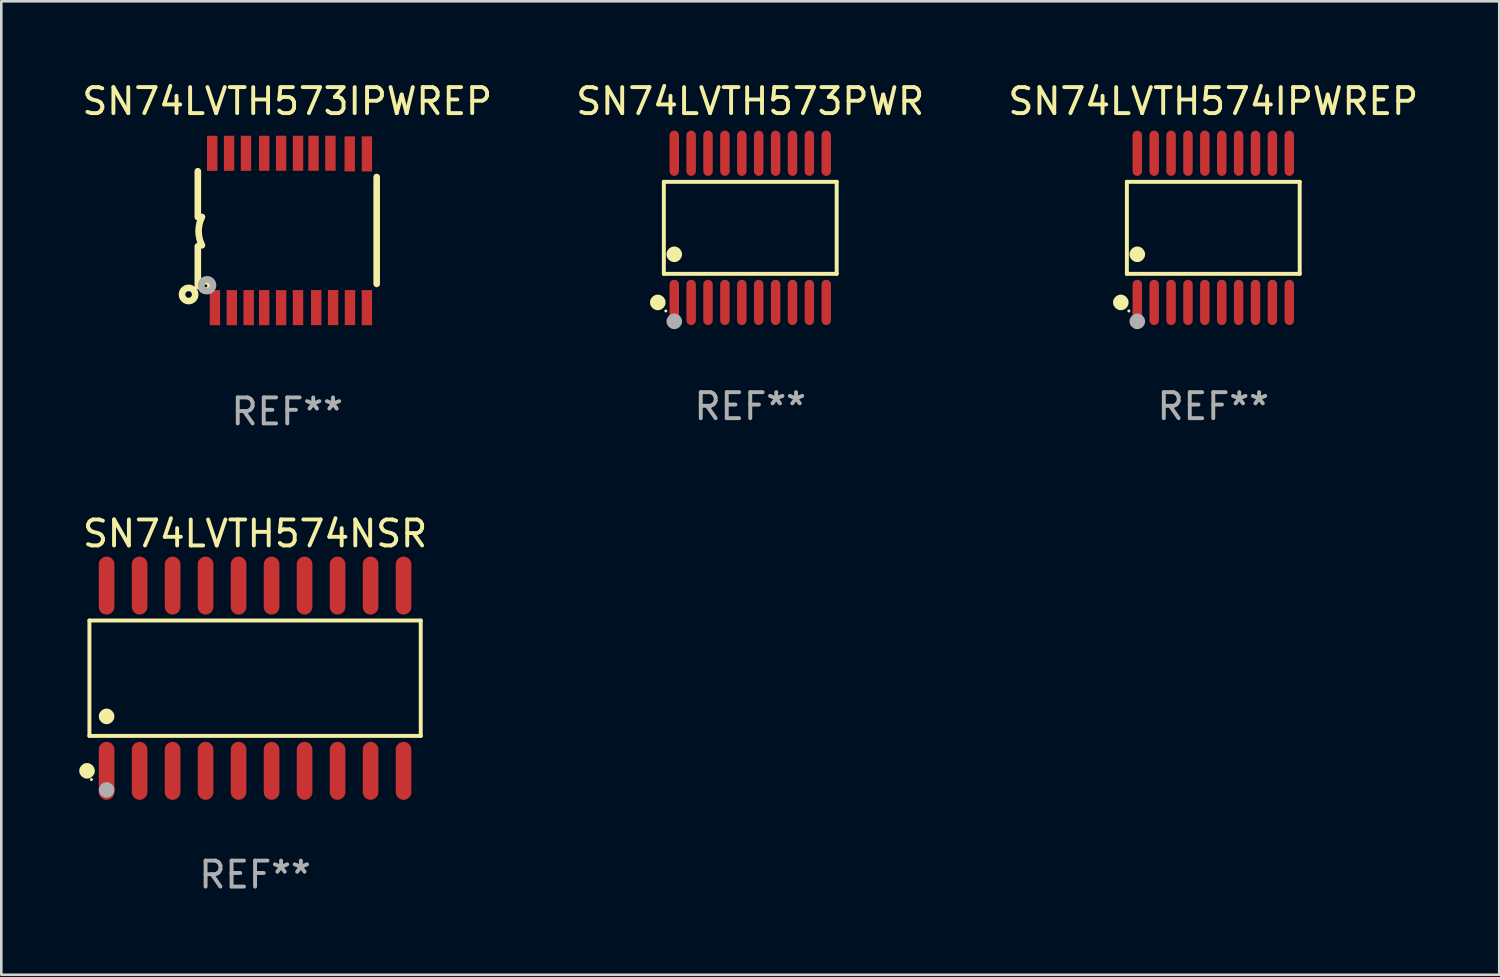
<source format=kicad_pcb>
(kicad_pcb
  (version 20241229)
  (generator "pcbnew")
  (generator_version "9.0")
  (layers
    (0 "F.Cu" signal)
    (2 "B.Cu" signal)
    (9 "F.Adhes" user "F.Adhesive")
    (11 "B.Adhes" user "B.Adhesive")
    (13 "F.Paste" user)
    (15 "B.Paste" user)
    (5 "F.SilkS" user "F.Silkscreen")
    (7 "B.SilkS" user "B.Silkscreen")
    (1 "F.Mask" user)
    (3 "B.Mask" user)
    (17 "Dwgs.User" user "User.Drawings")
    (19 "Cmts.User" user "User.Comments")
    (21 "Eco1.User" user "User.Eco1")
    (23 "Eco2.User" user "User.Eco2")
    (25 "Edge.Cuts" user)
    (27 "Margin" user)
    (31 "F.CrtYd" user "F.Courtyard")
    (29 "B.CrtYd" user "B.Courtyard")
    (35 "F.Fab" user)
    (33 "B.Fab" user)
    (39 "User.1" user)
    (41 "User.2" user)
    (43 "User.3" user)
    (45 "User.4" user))
  (footprint "SN74LVTH573IPWREP"
    (layer "F.Cu")
    (at 8.006 5.82)
    (property "Reference" "SN74LVTH573IPWREP" (at 0 -4.972 0) (layer "F.SilkS") (effects (font (size 1 1) (thickness 0.15))))
    (attr through_hole)
    (fp_line (start -3.442 -0.514) (end -3.442 -2.28) (stroke (width 0.254) (type solid)) (layer "F.SilkS"))
    (fp_line (start -3.442 0.61) (end -3.442 2.134) (stroke (width 0.254) (type solid)) (layer "F.SilkS"))
    (fp_line (start 3.442 -2.057) (end 3.442 2.057) (stroke (width 0.254) (type solid)) (layer "F.SilkS"))
    (fp_arc (start -3.282957 0.571502) (mid -3.411874 0.0254) (end -3.282957 -0.520701) (stroke (width 0.254001) (type solid)) (layer "F.SilkS"))
    (fp_circle (center -3.797 2.464) (end -3.543 2.464) (stroke (width 0.254) (type solid)) (fill no) (layer "F.SilkS"))
    (fp_circle (center -3.137 2.134) (end -3.077 2.134) (stroke (width 0.254) (type solid)) (fill no) (layer "F.SilkS"))
    (fp_circle (center -3.086 2.108) (end -2.986 2.108) (stroke (width 0.254) (type solid)) (fill no) (layer "F.Fab"))
    (fp_text user "REF**" (at 0 6.972 0) (layer "F.Fab") (effects (font (size 1 1) (thickness 0.15))))
    (pad "1" smd rect (at -2.784 2.972 90) (size 1.35 0.4) (layers "F.Cu" "F.Mask" "F.Paste"))
    (pad "2" smd rect (at -2.134 2.972 270) (size 1.35 0.4) (layers "F.Cu" "F.Mask" "F.Paste"))
    (pad "3" smd rect (at -1.485 2.971 270) (size 1.35 0.4) (layers "F.Cu" "F.Mask" "F.Paste"))
    (pad "4" smd rect (at -0.886 2.971 270) (size 1.35 0.4) (layers "F.Cu" "F.Mask" "F.Paste"))
    (pad "5" smd rect (at -0.236 2.972 270) (size 1.35 0.4) (layers "F.Cu" "F.Mask" "F.Paste"))
    (pad "6" smd rect (at 0.414 2.97 270) (size 1.35 0.4) (layers "F.Cu" "F.Mask" "F.Paste"))
    (pad "7" smd rect (at 1.115 2.97 270) (size 1.35 0.4) (layers "F.Cu" "F.Mask" "F.Paste"))
    (pad "8" smd rect (at 1.765 2.969 270) (size 1.35 0.4) (layers "F.Cu" "F.Mask" "F.Paste"))
    (pad "9" smd rect (at 2.415 2.969 270) (size 1.35 0.4) (layers "F.Cu" "F.Mask" "F.Paste"))
    (pad "10" smd rect (at 3.066 2.972 270) (size 1.35 0.4) (layers "F.Cu" "F.Mask" "F.Paste"))
    (pad "11" smd rect (at 3.066 -2.947 270) (size 1.35 0.4) (layers "F.Cu" "F.Mask" "F.Paste"))
    (pad "12" smd rect (at 2.405 -2.947 270) (size 1.35 0.4) (layers "F.Cu" "F.Mask" "F.Paste"))
    (pad "13" smd rect (at 1.662 -2.972 90) (size 1.35 0.4) (layers "F.Cu" "F.Mask" "F.Paste"))
    (pad "14" smd rect (at 1.012 -2.972 90) (size 1.35 0.4) (layers "F.Cu" "F.Mask" "F.Paste"))
    (pad "15" smd rect (at 0.414 -2.971 90) (size 1.35 0.4) (layers "F.Cu" "F.Mask" "F.Paste"))
    (pad "16" smd rect (at -0.236 -2.972 90) (size 1.35 0.4) (layers "F.Cu" "F.Mask" "F.Paste"))
    (pad "17" smd rect (at -0.886 -2.97 90) (size 1.35 0.4) (layers "F.Cu" "F.Mask" "F.Paste"))
    (pad "18" smd rect (at -1.588 -2.97 90) (size 1.35 0.4) (layers "F.Cu" "F.Mask" "F.Paste"))
    (pad "19" smd rect (at -2.238 -2.97 90) (size 1.35 0.4) (layers "F.Cu" "F.Mask" "F.Paste"))
    (pad "20" smd rect (at -2.888 -2.969 90) (size 1.35 0.4) (layers "F.Cu" "F.Mask" "F.Paste")))
  (footprint "SN74LVTH574IPWREP"
    (layer "F.Cu")
    (at 43.649 5.719)
    (property "Reference" "SN74LVTH574IPWREP" (at 0 -4.871 0) (layer "F.SilkS") (effects (font (size 1 1) (thickness 0.15))))
    (attr through_hole)
    (fp_line (start -3.326 -1.771) (end 3.326 -1.771) (stroke (width 0.152) (type solid)) (layer "F.SilkS"))
    (fp_line (start -3.326 1.771) (end -3.326 -1.771) (stroke (width 0.152) (type solid)) (layer "F.SilkS"))
    (fp_line (start 3.326 -1.771) (end 3.326 1.771) (stroke (width 0.152) (type solid)) (layer "F.SilkS"))
    (fp_line (start 3.326 1.771) (end -3.326 1.771) (stroke (width 0.152) (type solid)) (layer "F.SilkS"))
    (fp_circle (center -3.559 2.871) (end -3.409 2.871) (stroke (width 0.3) (type solid)) (fill no) (layer "F.SilkS"))
    (fp_circle (center -3.25 3.2) (end -3.22 3.2) (stroke (width 0.06) (type solid)) (fill no) (layer "F.SilkS"))
    (fp_circle (center -2.925 1.019) (end -2.775 1.019) (stroke (width 0.3) (type solid)) (fill no) (layer "F.SilkS"))
    (fp_circle (center -2.925 3.6) (end -2.775 3.6) (stroke (width 0.3) (type solid)) (fill no) (layer "F.Fab"))
    (fp_text user "REF**" (at 0 6.871 0) (layer "F.Fab") (effects (font (size 1 1) (thickness 0.15))))
    (pad "1" smd oval (at -2.925 2.871) (size 0.364 1.742) (layers "F.Cu" "F.Mask" "F.Paste"))
    (pad "2" smd oval (at -2.275 2.871) (size 0.364 1.742) (layers "F.Cu" "F.Mask" "F.Paste"))
    (pad "3" smd oval (at -1.625 2.871) (size 0.364 1.742) (layers "F.Cu" "F.Mask" "F.Paste"))
    (pad "4" smd oval (at -0.975 2.871) (size 0.364 1.742) (layers "F.Cu" "F.Mask" "F.Paste"))
    (pad "5" smd oval (at -0.325 2.871) (size 0.364 1.742) (layers "F.Cu" "F.Mask" "F.Paste"))
    (pad "6" smd oval (at 0.325 2.871) (size 0.364 1.742) (layers "F.Cu" "F.Mask" "F.Paste"))
    (pad "7" smd oval (at 0.975 2.871) (size 0.364 1.742) (layers "F.Cu" "F.Mask" "F.Paste"))
    (pad "8" smd oval (at 1.625 2.871) (size 0.364 1.742) (layers "F.Cu" "F.Mask" "F.Paste"))
    (pad "9" smd oval (at 2.275 2.871) (size 0.364 1.742) (layers "F.Cu" "F.Mask" "F.Paste"))
    (pad "10" smd oval (at 2.925 2.871) (size 0.364 1.742) (layers "F.Cu" "F.Mask" "F.Paste"))
    (pad "11" smd oval (at 2.925 -2.871) (size 0.364 1.742) (layers "F.Cu" "F.Mask" "F.Paste"))
    (pad "12" smd oval (at 2.275 -2.871) (size 0.364 1.742) (layers "F.Cu" "F.Mask" "F.Paste"))
    (pad "13" smd oval (at 1.625 -2.871) (size 0.364 1.742) (layers "F.Cu" "F.Mask" "F.Paste"))
    (pad "14" smd oval (at 0.975 -2.871) (size 0.364 1.742) (layers "F.Cu" "F.Mask" "F.Paste"))
    (pad "15" smd oval (at 0.325 -2.871) (size 0.364 1.742) (layers "F.Cu" "F.Mask" "F.Paste"))
    (pad "16" smd oval (at -0.325 -2.871) (size 0.364 1.742) (layers "F.Cu" "F.Mask" "F.Paste"))
    (pad "17" smd oval (at -0.975 -2.871) (size 0.364 1.742) (layers "F.Cu" "F.Mask" "F.Paste"))
    (pad "18" smd oval (at -1.625 -2.871) (size 0.364 1.742) (layers "F.Cu" "F.Mask" "F.Paste"))
    (pad "19" smd oval (at -2.275 -2.871) (size 0.364 1.742) (layers "F.Cu" "F.Mask" "F.Paste"))
    (pad "20" smd oval (at -2.925 -2.871) (size 0.364 1.742) (layers "F.Cu" "F.Mask" "F.Paste")))
  (footprint "SN74LVTH573PWR"
    (layer "F.Cu")
    (at 25.827 5.719)
    (property "Reference" "SN74LVTH573PWR" (at 0 -4.871 0) (layer "F.SilkS") (effects (font (size 1 1) (thickness 0.15))))
    (attr through_hole)
    (fp_line (start -3.326 -1.771) (end 3.326 -1.771) (stroke (width 0.152) (type solid)) (layer "F.SilkS"))
    (fp_line (start -3.326 1.771) (end -3.326 -1.771) (stroke (width 0.152) (type solid)) (layer "F.SilkS"))
    (fp_line (start 3.326 -1.771) (end 3.326 1.771) (stroke (width 0.152) (type solid)) (layer "F.SilkS"))
    (fp_line (start 3.326 1.771) (end -3.326 1.771) (stroke (width 0.152) (type solid)) (layer "F.SilkS"))
    (fp_circle (center -3.559 2.871) (end -3.409 2.871) (stroke (width 0.3) (type solid)) (fill no) (layer "F.SilkS"))
    (fp_circle (center -3.25 3.2) (end -3.22 3.2) (stroke (width 0.06) (type solid)) (fill no) (layer "F.SilkS"))
    (fp_circle (center -2.925 1.019) (end -2.775 1.019) (stroke (width 0.3) (type solid)) (fill no) (layer "F.SilkS"))
    (fp_circle (center -2.925 3.6) (end -2.775 3.6) (stroke (width 0.3) (type solid)) (fill no) (layer "F.Fab"))
    (fp_text user "REF**" (at 0 6.871 0) (layer "F.Fab") (effects (font (size 1 1) (thickness 0.15))))
    (pad "1" smd oval (at -2.925 2.871) (size 0.364 1.742) (layers "F.Cu" "F.Mask" "F.Paste"))
    (pad "2" smd oval (at -2.275 2.871) (size 0.364 1.742) (layers "F.Cu" "F.Mask" "F.Paste"))
    (pad "3" smd oval (at -1.625 2.871) (size 0.364 1.742) (layers "F.Cu" "F.Mask" "F.Paste"))
    (pad "4" smd oval (at -0.975 2.871) (size 0.364 1.742) (layers "F.Cu" "F.Mask" "F.Paste"))
    (pad "5" smd oval (at -0.325 2.871) (size 0.364 1.742) (layers "F.Cu" "F.Mask" "F.Paste"))
    (pad "6" smd oval (at 0.325 2.871) (size 0.364 1.742) (layers "F.Cu" "F.Mask" "F.Paste"))
    (pad "7" smd oval (at 0.975 2.871) (size 0.364 1.742) (layers "F.Cu" "F.Mask" "F.Paste"))
    (pad "8" smd oval (at 1.625 2.871) (size 0.364 1.742) (layers "F.Cu" "F.Mask" "F.Paste"))
    (pad "9" smd oval (at 2.275 2.871) (size 0.364 1.742) (layers "F.Cu" "F.Mask" "F.Paste"))
    (pad "10" smd oval (at 2.925 2.871) (size 0.364 1.742) (layers "F.Cu" "F.Mask" "F.Paste"))
    (pad "11" smd oval (at 2.925 -2.871) (size 0.364 1.742) (layers "F.Cu" "F.Mask" "F.Paste"))
    (pad "12" smd oval (at 2.275 -2.871) (size 0.364 1.742) (layers "F.Cu" "F.Mask" "F.Paste"))
    (pad "13" smd oval (at 1.625 -2.871) (size 0.364 1.742) (layers "F.Cu" "F.Mask" "F.Paste"))
    (pad "14" smd oval (at 0.975 -2.871) (size 0.364 1.742) (layers "F.Cu" "F.Mask" "F.Paste"))
    (pad "15" smd oval (at 0.325 -2.871) (size 0.364 1.742) (layers "F.Cu" "F.Mask" "F.Paste"))
    (pad "16" smd oval (at -0.325 -2.871) (size 0.364 1.742) (layers "F.Cu" "F.Mask" "F.Paste"))
    (pad "17" smd oval (at -0.975 -2.871) (size 0.364 1.742) (layers "F.Cu" "F.Mask" "F.Paste"))
    (pad "18" smd oval (at -1.625 -2.871) (size 0.364 1.742) (layers "F.Cu" "F.Mask" "F.Paste"))
    (pad "19" smd oval (at -2.275 -2.871) (size 0.364 1.742) (layers "F.Cu" "F.Mask" "F.Paste"))
    (pad "20" smd oval (at -2.925 -2.871) (size 0.364 1.742) (layers "F.Cu" "F.Mask" "F.Paste")))
  (footprint "SN74LVTH574NSR"
    (layer "F.Cu")
    (at 6.768 23.054)
    (property "Reference" "SN74LVTH574NSR" (at 0 -5.565 0) (layer "F.SilkS") (effects (font (size 1 1) (thickness 0.15))))
    (attr through_hole)
    (fp_line (start -6.376 -2.221) (end 6.376 -2.221) (stroke (width 0.152) (type solid)) (layer "F.SilkS"))
    (fp_line (start -6.376 2.221) (end -6.376 -2.221) (stroke (width 0.152) (type solid)) (layer "F.SilkS"))
    (fp_line (start 6.376 -2.221) (end 6.376 2.221) (stroke (width 0.152) (type solid)) (layer "F.SilkS"))
    (fp_line (start 6.376 2.221) (end -6.376 2.221) (stroke (width 0.152) (type solid)) (layer "F.SilkS"))
    (fp_circle (center -6.468 3.565) (end -6.318 3.565) (stroke (width 0.3) (type solid)) (fill no) (layer "F.SilkS"))
    (fp_circle (center -6.3 3.9) (end -6.27 3.9) (stroke (width 0.06) (type solid)) (fill no) (layer "F.SilkS"))
    (fp_circle (center -5.715 1.469) (end -5.565 1.469) (stroke (width 0.3) (type solid)) (fill no) (layer "F.SilkS"))
    (fp_circle (center -5.715 4.3) (end -5.565 4.3) (stroke (width 0.3) (type solid)) (fill no) (layer "F.Fab"))
    (fp_text user "REF**" (at 0 7.565 0) (layer "F.Fab") (effects (font (size 1 1) (thickness 0.15))))
    (pad "1" smd oval (at -5.715 3.565) (size 0.602 2.231) (layers "F.Cu" "F.Mask" "F.Paste"))
    (pad "2" smd oval (at -4.445 3.565) (size 0.602 2.231) (layers "F.Cu" "F.Mask" "F.Paste"))
    (pad "3" smd oval (at -3.175 3.565) (size 0.602 2.231) (layers "F.Cu" "F.Mask" "F.Paste"))
    (pad "4" smd oval (at -1.905 3.565) (size 0.602 2.231) (layers "F.Cu" "F.Mask" "F.Paste"))
    (pad "5" smd oval (at -0.635 3.565) (size 0.602 2.231) (layers "F.Cu" "F.Mask" "F.Paste"))
    (pad "6" smd oval (at 0.635 3.565) (size 0.602 2.231) (layers "F.Cu" "F.Mask" "F.Paste"))
    (pad "7" smd oval (at 1.905 3.565) (size 0.602 2.231) (layers "F.Cu" "F.Mask" "F.Paste"))
    (pad "8" smd oval (at 3.175 3.565) (size 0.602 2.231) (layers "F.Cu" "F.Mask" "F.Paste"))
    (pad "9" smd oval (at 4.445 3.565) (size 0.602 2.231) (layers "F.Cu" "F.Mask" "F.Paste"))
    (pad "10" smd oval (at 5.715 3.565) (size 0.602 2.231) (layers "F.Cu" "F.Mask" "F.Paste"))
    (pad "11" smd oval (at 5.715 -3.565) (size 0.602 2.231) (layers "F.Cu" "F.Mask" "F.Paste"))
    (pad "12" smd oval (at 4.445 -3.565) (size 0.602 2.231) (layers "F.Cu" "F.Mask" "F.Paste"))
    (pad "13" smd oval (at 3.175 -3.565) (size 0.602 2.231) (layers "F.Cu" "F.Mask" "F.Paste"))
    (pad "14" smd oval (at 1.905 -3.565) (size 0.602 2.231) (layers "F.Cu" "F.Mask" "F.Paste"))
    (pad "15" smd oval (at 0.635 -3.565) (size 0.602 2.231) (layers "F.Cu" "F.Mask" "F.Paste"))
    (pad "16" smd oval (at -0.635 -3.565) (size 0.602 2.231) (layers "F.Cu" "F.Mask" "F.Paste"))
    (pad "17" smd oval (at -1.905 -3.565) (size 0.602 2.231) (layers "F.Cu" "F.Mask" "F.Paste"))
    (pad "18" smd oval (at -3.175 -3.565) (size 0.602 2.231) (layers "F.Cu" "F.Mask" "F.Paste"))
    (pad "19" smd oval (at -4.445 -3.565) (size 0.602 2.231) (layers "F.Cu" "F.Mask" "F.Paste"))
    (pad "20" smd oval (at -5.715 -3.565) (size 0.602 2.231) (layers "F.Cu" "F.Mask" "F.Paste")))
  (gr_rect
    (start -3 -3)
    (end 54.655 34.468)
    (stroke (width 0.1) (type default))
    (fill no)
    (layer "Edge.Cuts")))
</source>
